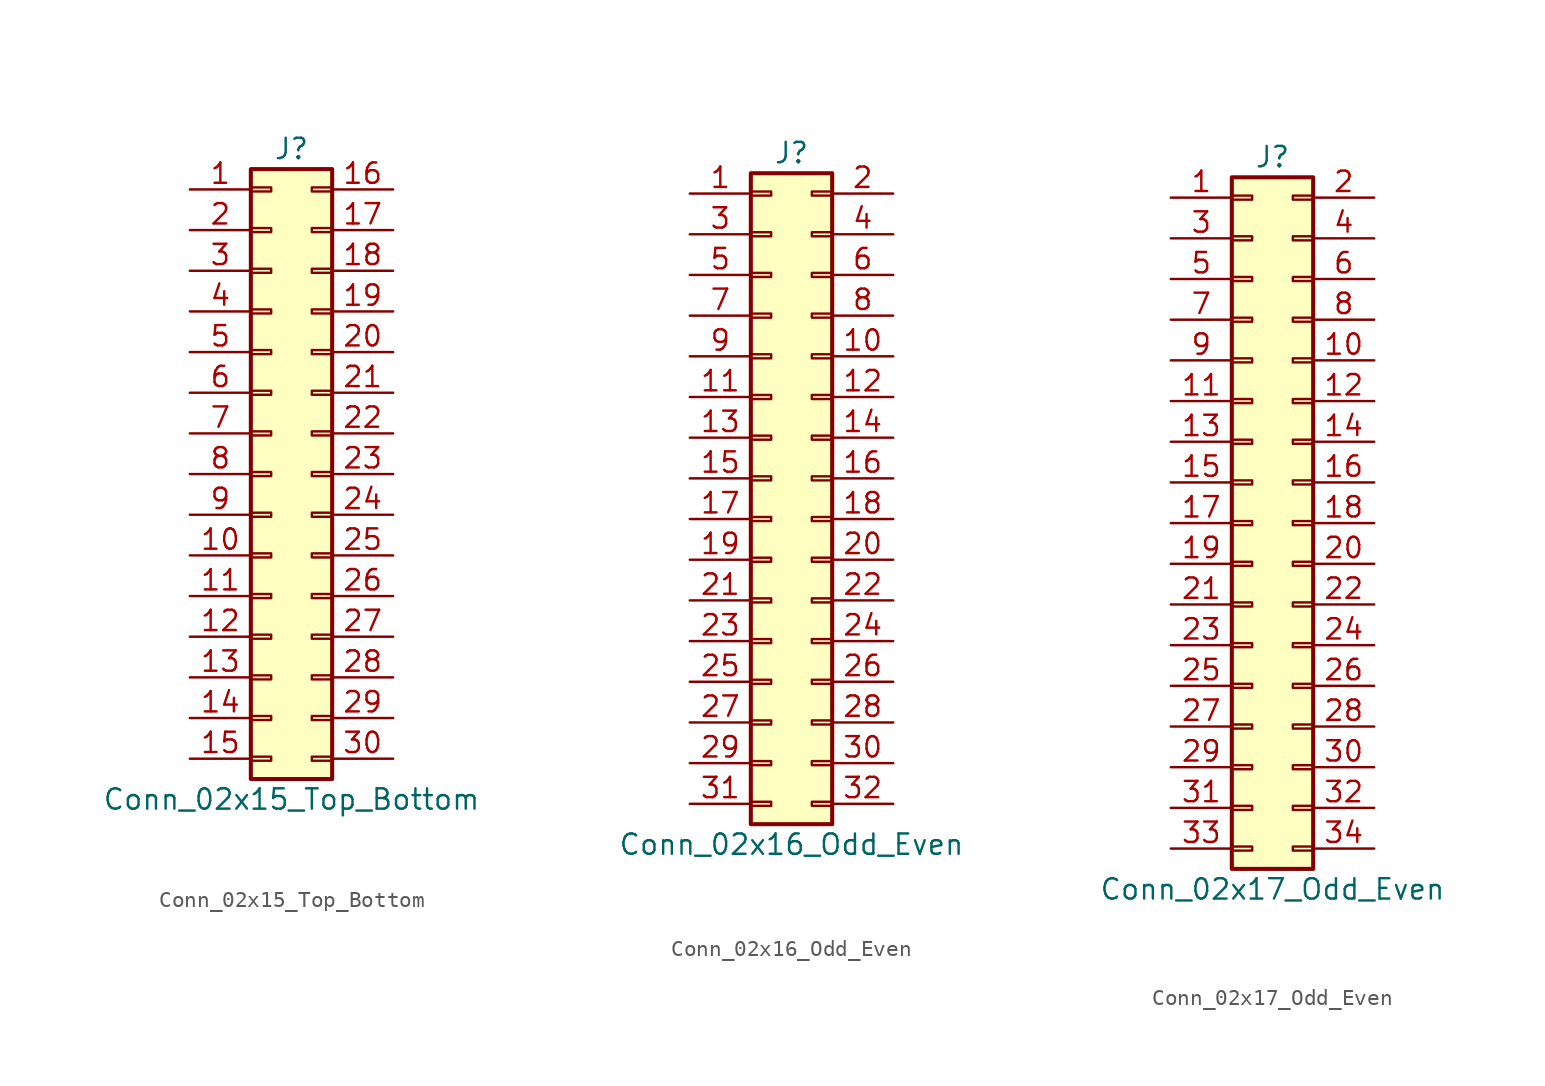
<source format=kicad_sym>
(kicad_symbol_lib
  (version 20201005)
  (generator kicad_symbol_editor)
  (symbol "Conn_02x15_Top_Bottom"
    (pin_names
      (offset 1.016) hide)
    (property "Reference" "J"
      (at 1.27 20.32 0)
      (effects (font (size 1.27 1.27))))
    (property "Value" "Conn_02x15_Top_Bottom"
      (at 1.27 -20.32 0)
      (effects (font (size 1.27 1.27))))
    (symbol "Conn_02x15_Top_Bottom_1_1"
      (rectangle (start -1.27 -17.653) (end 0 -17.907) (stroke (width 0.152)) (fill (type none)))
      (rectangle (start -1.27 -15.113) (end 0 -15.367) (stroke (width 0.152)) (fill (type none)))
      (rectangle (start -1.27 -12.573) (end 0 -12.827) (stroke (width 0.152)) (fill (type none)))
      (rectangle (start -1.27 -10.033) (end 0 -10.287) (stroke (width 0.152)) (fill (type none)))
      (rectangle (start -1.27 -7.493) (end 0 -7.747) (stroke (width 0.152)) (fill (type none)))
      (rectangle (start -1.27 -4.953) (end 0 -5.207) (stroke (width 0.152)) (fill (type none)))
      (rectangle (start -1.27 -2.413) (end 0 -2.667) (stroke (width 0.152)) (fill (type none)))
      (rectangle (start -1.27 0.127) (end 0 -0.127) (stroke (width 0.152)) (fill (type none)))
      (rectangle (start -1.27 2.667) (end 0 2.413) (stroke (width 0.152)) (fill (type none)))
      (rectangle (start -1.27 5.207) (end 0 4.953) (stroke (width 0.152)) (fill (type none)))
      (rectangle (start -1.27 7.747) (end 0 7.493) (stroke (width 0.152)) (fill (type none)))
      (rectangle (start -1.27 10.287) (end 0 10.033) (stroke (width 0.152)) (fill (type none)))
      (rectangle (start -1.27 12.827) (end 0 12.573) (stroke (width 0.152)) (fill (type none)))
      (rectangle (start -1.27 15.367) (end 0 15.113) (stroke (width 0.152)) (fill (type none)))
      (rectangle (start -1.27 17.907) (end 0 17.653) (stroke (width 0.152)) (fill (type none)))
      (rectangle (start -1.27 19.05) (end 3.81 -19.05) (stroke (width 0.254)) (fill (type background)))
      (rectangle (start 3.81 -17.653) (end 2.54 -17.907) (stroke (width 0.152)) (fill (type none)))
      (rectangle (start 3.81 -15.113) (end 2.54 -15.367) (stroke (width 0.152)) (fill (type none)))
      (rectangle (start 3.81 -12.573) (end 2.54 -12.827) (stroke (width 0.152)) (fill (type none)))
      (rectangle (start 3.81 -10.033) (end 2.54 -10.287) (stroke (width 0.152)) (fill (type none)))
      (rectangle (start 3.81 -7.493) (end 2.54 -7.747) (stroke (width 0.152)) (fill (type none)))
      (rectangle (start 3.81 -4.953) (end 2.54 -5.207) (stroke (width 0.152)) (fill (type none)))
      (rectangle (start 3.81 -2.413) (end 2.54 -2.667) (stroke (width 0.152)) (fill (type none)))
      (rectangle (start 3.81 0.127) (end 2.54 -0.127) (stroke (width 0.152)) (fill (type none)))
      (rectangle (start 3.81 2.667) (end 2.54 2.413) (stroke (width 0.152)) (fill (type none)))
      (rectangle (start 3.81 5.207) (end 2.54 4.953) (stroke (width 0.152)) (fill (type none)))
      (rectangle (start 3.81 7.747) (end 2.54 7.493) (stroke (width 0.152)) (fill (type none)))
      (rectangle (start 3.81 10.287) (end 2.54 10.033) (stroke (width 0.152)) (fill (type none)))
      (rectangle (start 3.81 12.827) (end 2.54 12.573) (stroke (width 0.152)) (fill (type none)))
      (rectangle (start 3.81 15.367) (end 2.54 15.113) (stroke (width 0.152)) (fill (type none)))
      (rectangle (start 3.81 17.907) (end 2.54 17.653) (stroke (width 0.152)) (fill (type none)))
      (pin passive line (at -5.08 17.78 0) (length 3.81) (name "Pin_1" (effects (font (size 1.27 1.27)))) (number "1" (effects (font (size 1.27 1.27)))))
      (pin passive line (at -5.08 -5.08 0) (length 3.81) (name "Pin_10" (effects (font (size 1.27 1.27)))) (number "10" (effects (font (size 1.27 1.27)))))
      (pin passive line (at -5.08 -7.62 0) (length 3.81) (name "Pin_11" (effects (font (size 1.27 1.27)))) (number "11" (effects (font (size 1.27 1.27)))))
      (pin passive line (at -5.08 -10.16 0) (length 3.81) (name "Pin_12" (effects (font (size 1.27 1.27)))) (number "12" (effects (font (size 1.27 1.27)))))
      (pin passive line (at -5.08 -12.7 0) (length 3.81) (name "Pin_13" (effects (font (size 1.27 1.27)))) (number "13" (effects (font (size 1.27 1.27)))))
      (pin passive line (at -5.08 -15.24 0) (length 3.81) (name "Pin_14" (effects (font (size 1.27 1.27)))) (number "14" (effects (font (size 1.27 1.27)))))
      (pin passive line (at -5.08 -17.78 0) (length 3.81) (name "Pin_15" (effects (font (size 1.27 1.27)))) (number "15" (effects (font (size 1.27 1.27)))))
      (pin passive line (at 7.62 17.78 180) (length 3.81) (name "Pin_16" (effects (font (size 1.27 1.27)))) (number "16" (effects (font (size 1.27 1.27)))))
      (pin passive line (at 7.62 15.24 180) (length 3.81) (name "Pin_17" (effects (font (size 1.27 1.27)))) (number "17" (effects (font (size 1.27 1.27)))))
      (pin passive line (at 7.62 12.7 180) (length 3.81) (name "Pin_18" (effects (font (size 1.27 1.27)))) (number "18" (effects (font (size 1.27 1.27)))))
      (pin passive line (at 7.62 10.16 180) (length 3.81) (name "Pin_19" (effects (font (size 1.27 1.27)))) (number "19" (effects (font (size 1.27 1.27)))))
      (pin passive line (at -5.08 15.24 0) (length 3.81) (name "Pin_2" (effects (font (size 1.27 1.27)))) (number "2" (effects (font (size 1.27 1.27)))))
      (pin passive line (at 7.62 7.62 180) (length 3.81) (name "Pin_20" (effects (font (size 1.27 1.27)))) (number "20" (effects (font (size 1.27 1.27)))))
      (pin passive line (at 7.62 5.08 180) (length 3.81) (name "Pin_21" (effects (font (size 1.27 1.27)))) (number "21" (effects (font (size 1.27 1.27)))))
      (pin passive line (at 7.62 2.54 180) (length 3.81) (name "Pin_22" (effects (font (size 1.27 1.27)))) (number "22" (effects (font (size 1.27 1.27)))))
      (pin passive line (at 7.62 0 180) (length 3.81) (name "Pin_23" (effects (font (size 1.27 1.27)))) (number "23" (effects (font (size 1.27 1.27)))))
      (pin passive line (at 7.62 -2.54 180) (length 3.81) (name "Pin_24" (effects (font (size 1.27 1.27)))) (number "24" (effects (font (size 1.27 1.27)))))
      (pin passive line (at 7.62 -5.08 180) (length 3.81) (name "Pin_25" (effects (font (size 1.27 1.27)))) (number "25" (effects (font (size 1.27 1.27)))))
      (pin passive line (at 7.62 -7.62 180) (length 3.81) (name "Pin_26" (effects (font (size 1.27 1.27)))) (number "26" (effects (font (size 1.27 1.27)))))
      (pin passive line (at 7.62 -10.16 180) (length 3.81) (name "Pin_27" (effects (font (size 1.27 1.27)))) (number "27" (effects (font (size 1.27 1.27)))))
      (pin passive line (at 7.62 -12.7 180) (length 3.81) (name "Pin_28" (effects (font (size 1.27 1.27)))) (number "28" (effects (font (size 1.27 1.27)))))
      (pin passive line (at 7.62 -15.24 180) (length 3.81) (name "Pin_29" (effects (font (size 1.27 1.27)))) (number "29" (effects (font (size 1.27 1.27)))))
      (pin passive line (at -5.08 12.7 0) (length 3.81) (name "Pin_3" (effects (font (size 1.27 1.27)))) (number "3" (effects (font (size 1.27 1.27)))))
      (pin passive line (at 7.62 -17.78 180) (length 3.81) (name "Pin_30" (effects (font (size 1.27 1.27)))) (number "30" (effects (font (size 1.27 1.27)))))
      (pin passive line (at -5.08 10.16 0) (length 3.81) (name "Pin_4" (effects (font (size 1.27 1.27)))) (number "4" (effects (font (size 1.27 1.27)))))
      (pin passive line (at -5.08 7.62 0) (length 3.81) (name "Pin_5" (effects (font (size 1.27 1.27)))) (number "5" (effects (font (size 1.27 1.27)))))
      (pin passive line (at -5.08 5.08 0) (length 3.81) (name "Pin_6" (effects (font (size 1.27 1.27)))) (number "6" (effects (font (size 1.27 1.27)))))
      (pin passive line (at -5.08 2.54 0) (length 3.81) (name "Pin_7" (effects (font (size 1.27 1.27)))) (number "7" (effects (font (size 1.27 1.27)))))
      (pin passive line (at -5.08 0 0) (length 3.81) (name "Pin_8" (effects (font (size 1.27 1.27)))) (number "8" (effects (font (size 1.27 1.27)))))
      (pin passive line (at -5.08 -2.54 0) (length 3.81) (name "Pin_9" (effects (font (size 1.27 1.27)))) (number "9" (effects (font (size 1.27 1.27)))))))
  (symbol "Conn_02x16_Odd_Even"
    (pin_names
      (offset 1.016) hide)
    (property "Reference" "J"
      (at 1.27 20.32 0)
      (effects (font (size 1.27 1.27))))
    (property "Value" "Conn_02x16_Odd_Even"
      (at 1.27 -22.86 0)
      (effects (font (size 1.27 1.27))))
    (symbol "Conn_02x16_Odd_Even_1_1"
      (rectangle (start -1.27 -20.193) (end 0 -20.447) (stroke (width 0.152)) (fill (type none)))
      (rectangle (start -1.27 -17.653) (end 0 -17.907) (stroke (width 0.152)) (fill (type none)))
      (rectangle (start -1.27 -15.113) (end 0 -15.367) (stroke (width 0.152)) (fill (type none)))
      (rectangle (start -1.27 -12.573) (end 0 -12.827) (stroke (width 0.152)) (fill (type none)))
      (rectangle (start -1.27 -10.033) (end 0 -10.287) (stroke (width 0.152)) (fill (type none)))
      (rectangle (start -1.27 -7.493) (end 0 -7.747) (stroke (width 0.152)) (fill (type none)))
      (rectangle (start -1.27 -4.953) (end 0 -5.207) (stroke (width 0.152)) (fill (type none)))
      (rectangle (start -1.27 -2.413) (end 0 -2.667) (stroke (width 0.152)) (fill (type none)))
      (rectangle (start -1.27 0.127) (end 0 -0.127) (stroke (width 0.152)) (fill (type none)))
      (rectangle (start -1.27 2.667) (end 0 2.413) (stroke (width 0.152)) (fill (type none)))
      (rectangle (start -1.27 5.207) (end 0 4.953) (stroke (width 0.152)) (fill (type none)))
      (rectangle (start -1.27 7.747) (end 0 7.493) (stroke (width 0.152)) (fill (type none)))
      (rectangle (start -1.27 10.287) (end 0 10.033) (stroke (width 0.152)) (fill (type none)))
      (rectangle (start -1.27 12.827) (end 0 12.573) (stroke (width 0.152)) (fill (type none)))
      (rectangle (start -1.27 15.367) (end 0 15.113) (stroke (width 0.152)) (fill (type none)))
      (rectangle (start -1.27 17.907) (end 0 17.653) (stroke (width 0.152)) (fill (type none)))
      (rectangle (start -1.27 19.05) (end 3.81 -21.59) (stroke (width 0.254)) (fill (type background)))
      (rectangle (start 3.81 -20.193) (end 2.54 -20.447) (stroke (width 0.152)) (fill (type none)))
      (rectangle (start 3.81 -17.653) (end 2.54 -17.907) (stroke (width 0.152)) (fill (type none)))
      (rectangle (start 3.81 -15.113) (end 2.54 -15.367) (stroke (width 0.152)) (fill (type none)))
      (rectangle (start 3.81 -12.573) (end 2.54 -12.827) (stroke (width 0.152)) (fill (type none)))
      (rectangle (start 3.81 -10.033) (end 2.54 -10.287) (stroke (width 0.152)) (fill (type none)))
      (rectangle (start 3.81 -7.493) (end 2.54 -7.747) (stroke (width 0.152)) (fill (type none)))
      (rectangle (start 3.81 -4.953) (end 2.54 -5.207) (stroke (width 0.152)) (fill (type none)))
      (rectangle (start 3.81 -2.413) (end 2.54 -2.667) (stroke (width 0.152)) (fill (type none)))
      (rectangle (start 3.81 0.127) (end 2.54 -0.127) (stroke (width 0.152)) (fill (type none)))
      (rectangle (start 3.81 2.667) (end 2.54 2.413) (stroke (width 0.152)) (fill (type none)))
      (rectangle (start 3.81 5.207) (end 2.54 4.953) (stroke (width 0.152)) (fill (type none)))
      (rectangle (start 3.81 7.747) (end 2.54 7.493) (stroke (width 0.152)) (fill (type none)))
      (rectangle (start 3.81 10.287) (end 2.54 10.033) (stroke (width 0.152)) (fill (type none)))
      (rectangle (start 3.81 12.827) (end 2.54 12.573) (stroke (width 0.152)) (fill (type none)))
      (rectangle (start 3.81 15.367) (end 2.54 15.113) (stroke (width 0.152)) (fill (type none)))
      (rectangle (start 3.81 17.907) (end 2.54 17.653) (stroke (width 0.152)) (fill (type none)))
      (pin passive line (at -5.08 17.78 0) (length 3.81) (name "Pin_1" (effects (font (size 1.27 1.27)))) (number "1" (effects (font (size 1.27 1.27)))))
      (pin passive line (at 7.62 7.62 180) (length 3.81) (name "Pin_10" (effects (font (size 1.27 1.27)))) (number "10" (effects (font (size 1.27 1.27)))))
      (pin passive line (at -5.08 5.08 0) (length 3.81) (name "Pin_11" (effects (font (size 1.27 1.27)))) (number "11" (effects (font (size 1.27 1.27)))))
      (pin passive line (at 7.62 5.08 180) (length 3.81) (name "Pin_12" (effects (font (size 1.27 1.27)))) (number "12" (effects (font (size 1.27 1.27)))))
      (pin passive line (at -5.08 2.54 0) (length 3.81) (name "Pin_13" (effects (font (size 1.27 1.27)))) (number "13" (effects (font (size 1.27 1.27)))))
      (pin passive line (at 7.62 2.54 180) (length 3.81) (name "Pin_14" (effects (font (size 1.27 1.27)))) (number "14" (effects (font (size 1.27 1.27)))))
      (pin passive line (at -5.08 0 0) (length 3.81) (name "Pin_15" (effects (font (size 1.27 1.27)))) (number "15" (effects (font (size 1.27 1.27)))))
      (pin passive line (at 7.62 0 180) (length 3.81) (name "Pin_16" (effects (font (size 1.27 1.27)))) (number "16" (effects (font (size 1.27 1.27)))))
      (pin passive line (at -5.08 -2.54 0) (length 3.81) (name "Pin_17" (effects (font (size 1.27 1.27)))) (number "17" (effects (font (size 1.27 1.27)))))
      (pin passive line (at 7.62 -2.54 180) (length 3.81) (name "Pin_18" (effects (font (size 1.27 1.27)))) (number "18" (effects (font (size 1.27 1.27)))))
      (pin passive line (at -5.08 -5.08 0) (length 3.81) (name "Pin_19" (effects (font (size 1.27 1.27)))) (number "19" (effects (font (size 1.27 1.27)))))
      (pin passive line (at 7.62 17.78 180) (length 3.81) (name "Pin_2" (effects (font (size 1.27 1.27)))) (number "2" (effects (font (size 1.27 1.27)))))
      (pin passive line (at 7.62 -5.08 180) (length 3.81) (name "Pin_20" (effects (font (size 1.27 1.27)))) (number "20" (effects (font (size 1.27 1.27)))))
      (pin passive line (at -5.08 -7.62 0) (length 3.81) (name "Pin_21" (effects (font (size 1.27 1.27)))) (number "21" (effects (font (size 1.27 1.27)))))
      (pin passive line (at 7.62 -7.62 180) (length 3.81) (name "Pin_22" (effects (font (size 1.27 1.27)))) (number "22" (effects (font (size 1.27 1.27)))))
      (pin passive line (at -5.08 -10.16 0) (length 3.81) (name "Pin_23" (effects (font (size 1.27 1.27)))) (number "23" (effects (font (size 1.27 1.27)))))
      (pin passive line (at 7.62 -10.16 180) (length 3.81) (name "Pin_24" (effects (font (size 1.27 1.27)))) (number "24" (effects (font (size 1.27 1.27)))))
      (pin passive line (at -5.08 -12.7 0) (length 3.81) (name "Pin_25" (effects (font (size 1.27 1.27)))) (number "25" (effects (font (size 1.27 1.27)))))
      (pin passive line (at 7.62 -12.7 180) (length 3.81) (name "Pin_26" (effects (font (size 1.27 1.27)))) (number "26" (effects (font (size 1.27 1.27)))))
      (pin passive line (at -5.08 -15.24 0) (length 3.81) (name "Pin_27" (effects (font (size 1.27 1.27)))) (number "27" (effects (font (size 1.27 1.27)))))
      (pin passive line (at 7.62 -15.24 180) (length 3.81) (name "Pin_28" (effects (font (size 1.27 1.27)))) (number "28" (effects (font (size 1.27 1.27)))))
      (pin passive line (at -5.08 -17.78 0) (length 3.81) (name "Pin_29" (effects (font (size 1.27 1.27)))) (number "29" (effects (font (size 1.27 1.27)))))
      (pin passive line (at -5.08 15.24 0) (length 3.81) (name "Pin_3" (effects (font (size 1.27 1.27)))) (number "3" (effects (font (size 1.27 1.27)))))
      (pin passive line (at 7.62 -17.78 180) (length 3.81) (name "Pin_30" (effects (font (size 1.27 1.27)))) (number "30" (effects (font (size 1.27 1.27)))))
      (pin passive line (at -5.08 -20.32 0) (length 3.81) (name "Pin_31" (effects (font (size 1.27 1.27)))) (number "31" (effects (font (size 1.27 1.27)))))
      (pin passive line (at 7.62 -20.32 180) (length 3.81) (name "Pin_32" (effects (font (size 1.27 1.27)))) (number "32" (effects (font (size 1.27 1.27)))))
      (pin passive line (at 7.62 15.24 180) (length 3.81) (name "Pin_4" (effects (font (size 1.27 1.27)))) (number "4" (effects (font (size 1.27 1.27)))))
      (pin passive line (at -5.08 12.7 0) (length 3.81) (name "Pin_5" (effects (font (size 1.27 1.27)))) (number "5" (effects (font (size 1.27 1.27)))))
      (pin passive line (at 7.62 12.7 180) (length 3.81) (name "Pin_6" (effects (font (size 1.27 1.27)))) (number "6" (effects (font (size 1.27 1.27)))))
      (pin passive line (at -5.08 10.16 0) (length 3.81) (name "Pin_7" (effects (font (size 1.27 1.27)))) (number "7" (effects (font (size 1.27 1.27)))))
      (pin passive line (at 7.62 10.16 180) (length 3.81) (name "Pin_8" (effects (font (size 1.27 1.27)))) (number "8" (effects (font (size 1.27 1.27)))))
      (pin passive line (at -5.08 7.62 0) (length 3.81) (name "Pin_9" (effects (font (size 1.27 1.27)))) (number "9" (effects (font (size 1.27 1.27)))))))
  (symbol "Conn_02x17_Odd_Even"
    (pin_names
      (offset 1.016) hide)
    (property "Reference" "J"
      (at 1.27 22.86 0)
      (effects (font (size 1.27 1.27))))
    (property "Value" "Conn_02x17_Odd_Even"
      (at 1.27 -22.86 0)
      (effects (font (size 1.27 1.27))))
    (symbol "Conn_02x17_Odd_Even_1_1"
      (rectangle (start -1.27 -20.193) (end 0 -20.447) (stroke (width 0.152)) (fill (type none)))
      (rectangle (start -1.27 -17.653) (end 0 -17.907) (stroke (width 0.152)) (fill (type none)))
      (rectangle (start -1.27 -15.113) (end 0 -15.367) (stroke (width 0.152)) (fill (type none)))
      (rectangle (start -1.27 -12.573) (end 0 -12.827) (stroke (width 0.152)) (fill (type none)))
      (rectangle (start -1.27 -10.033) (end 0 -10.287) (stroke (width 0.152)) (fill (type none)))
      (rectangle (start -1.27 -7.493) (end 0 -7.747) (stroke (width 0.152)) (fill (type none)))
      (rectangle (start -1.27 -4.953) (end 0 -5.207) (stroke (width 0.152)) (fill (type none)))
      (rectangle (start -1.27 -2.413) (end 0 -2.667) (stroke (width 0.152)) (fill (type none)))
      (rectangle (start -1.27 0.127) (end 0 -0.127) (stroke (width 0.152)) (fill (type none)))
      (rectangle (start -1.27 2.667) (end 0 2.413) (stroke (width 0.152)) (fill (type none)))
      (rectangle (start -1.27 5.207) (end 0 4.953) (stroke (width 0.152)) (fill (type none)))
      (rectangle (start -1.27 7.747) (end 0 7.493) (stroke (width 0.152)) (fill (type none)))
      (rectangle (start -1.27 10.287) (end 0 10.033) (stroke (width 0.152)) (fill (type none)))
      (rectangle (start -1.27 12.827) (end 0 12.573) (stroke (width 0.152)) (fill (type none)))
      (rectangle (start -1.27 15.367) (end 0 15.113) (stroke (width 0.152)) (fill (type none)))
      (rectangle (start -1.27 17.907) (end 0 17.653) (stroke (width 0.152)) (fill (type none)))
      (rectangle (start -1.27 20.447) (end 0 20.193) (stroke (width 0.152)) (fill (type none)))
      (rectangle (start -1.27 21.59) (end 3.81 -21.59) (stroke (width 0.254)) (fill (type background)))
      (rectangle (start 3.81 -20.193) (end 2.54 -20.447) (stroke (width 0.152)) (fill (type none)))
      (rectangle (start 3.81 -17.653) (end 2.54 -17.907) (stroke (width 0.152)) (fill (type none)))
      (rectangle (start 3.81 -15.113) (end 2.54 -15.367) (stroke (width 0.152)) (fill (type none)))
      (rectangle (start 3.81 -12.573) (end 2.54 -12.827) (stroke (width 0.152)) (fill (type none)))
      (rectangle (start 3.81 -10.033) (end 2.54 -10.287) (stroke (width 0.152)) (fill (type none)))
      (rectangle (start 3.81 -7.493) (end 2.54 -7.747) (stroke (width 0.152)) (fill (type none)))
      (rectangle (start 3.81 -4.953) (end 2.54 -5.207) (stroke (width 0.152)) (fill (type none)))
      (rectangle (start 3.81 -2.413) (end 2.54 -2.667) (stroke (width 0.152)) (fill (type none)))
      (rectangle (start 3.81 0.127) (end 2.54 -0.127) (stroke (width 0.152)) (fill (type none)))
      (rectangle (start 3.81 2.667) (end 2.54 2.413) (stroke (width 0.152)) (fill (type none)))
      (rectangle (start 3.81 5.207) (end 2.54 4.953) (stroke (width 0.152)) (fill (type none)))
      (rectangle (start 3.81 7.747) (end 2.54 7.493) (stroke (width 0.152)) (fill (type none)))
      (rectangle (start 3.81 10.287) (end 2.54 10.033) (stroke (width 0.152)) (fill (type none)))
      (rectangle (start 3.81 12.827) (end 2.54 12.573) (stroke (width 0.152)) (fill (type none)))
      (rectangle (start 3.81 15.367) (end 2.54 15.113) (stroke (width 0.152)) (fill (type none)))
      (rectangle (start 3.81 17.907) (end 2.54 17.653) (stroke (width 0.152)) (fill (type none)))
      (rectangle (start 3.81 20.447) (end 2.54 20.193) (stroke (width 0.152)) (fill (type none)))
      (pin passive line (at -5.08 20.32 0) (length 3.81) (name "Pin_1" (effects (font (size 1.27 1.27)))) (number "1" (effects (font (size 1.27 1.27)))))
      (pin passive line (at 7.62 10.16 180) (length 3.81) (name "Pin_10" (effects (font (size 1.27 1.27)))) (number "10" (effects (font (size 1.27 1.27)))))
      (pin passive line (at -5.08 7.62 0) (length 3.81) (name "Pin_11" (effects (font (size 1.27 1.27)))) (number "11" (effects (font (size 1.27 1.27)))))
      (pin passive line (at 7.62 7.62 180) (length 3.81) (name "Pin_12" (effects (font (size 1.27 1.27)))) (number "12" (effects (font (size 1.27 1.27)))))
      (pin passive line (at -5.08 5.08 0) (length 3.81) (name "Pin_13" (effects (font (size 1.27 1.27)))) (number "13" (effects (font (size 1.27 1.27)))))
      (pin passive line (at 7.62 5.08 180) (length 3.81) (name "Pin_14" (effects (font (size 1.27 1.27)))) (number "14" (effects (font (size 1.27 1.27)))))
      (pin passive line (at -5.08 2.54 0) (length 3.81) (name "Pin_15" (effects (font (size 1.27 1.27)))) (number "15" (effects (font (size 1.27 1.27)))))
      (pin passive line (at 7.62 2.54 180) (length 3.81) (name "Pin_16" (effects (font (size 1.27 1.27)))) (number "16" (effects (font (size 1.27 1.27)))))
      (pin passive line (at -5.08 0 0) (length 3.81) (name "Pin_17" (effects (font (size 1.27 1.27)))) (number "17" (effects (font (size 1.27 1.27)))))
      (pin passive line (at 7.62 0 180) (length 3.81) (name "Pin_18" (effects (font (size 1.27 1.27)))) (number "18" (effects (font (size 1.27 1.27)))))
      (pin passive line (at -5.08 -2.54 0) (length 3.81) (name "Pin_19" (effects (font (size 1.27 1.27)))) (number "19" (effects (font (size 1.27 1.27)))))
      (pin passive line (at 7.62 20.32 180) (length 3.81) (name "Pin_2" (effects (font (size 1.27 1.27)))) (number "2" (effects (font (size 1.27 1.27)))))
      (pin passive line (at 7.62 -2.54 180) (length 3.81) (name "Pin_20" (effects (font (size 1.27 1.27)))) (number "20" (effects (font (size 1.27 1.27)))))
      (pin passive line (at -5.08 -5.08 0) (length 3.81) (name "Pin_21" (effects (font (size 1.27 1.27)))) (number "21" (effects (font (size 1.27 1.27)))))
      (pin passive line (at 7.62 -5.08 180) (length 3.81) (name "Pin_22" (effects (font (size 1.27 1.27)))) (number "22" (effects (font (size 1.27 1.27)))))
      (pin passive line (at -5.08 -7.62 0) (length 3.81) (name "Pin_23" (effects (font (size 1.27 1.27)))) (number "23" (effects (font (size 1.27 1.27)))))
      (pin passive line (at 7.62 -7.62 180) (length 3.81) (name "Pin_24" (effects (font (size 1.27 1.27)))) (number "24" (effects (font (size 1.27 1.27)))))
      (pin passive line (at -5.08 -10.16 0) (length 3.81) (name "Pin_25" (effects (font (size 1.27 1.27)))) (number "25" (effects (font (size 1.27 1.27)))))
      (pin passive line (at 7.62 -10.16 180) (length 3.81) (name "Pin_26" (effects (font (size 1.27 1.27)))) (number "26" (effects (font (size 1.27 1.27)))))
      (pin passive line (at -5.08 -12.7 0) (length 3.81) (name "Pin_27" (effects (font (size 1.27 1.27)))) (number "27" (effects (font (size 1.27 1.27)))))
      (pin passive line (at 7.62 -12.7 180) (length 3.81) (name "Pin_28" (effects (font (size 1.27 1.27)))) (number "28" (effects (font (size 1.27 1.27)))))
      (pin passive line (at -5.08 -15.24 0) (length 3.81) (name "Pin_29" (effects (font (size 1.27 1.27)))) (number "29" (effects (font (size 1.27 1.27)))))
      (pin passive line (at -5.08 17.78 0) (length 3.81) (name "Pin_3" (effects (font (size 1.27 1.27)))) (number "3" (effects (font (size 1.27 1.27)))))
      (pin passive line (at 7.62 -15.24 180) (length 3.81) (name "Pin_30" (effects (font (size 1.27 1.27)))) (number "30" (effects (font (size 1.27 1.27)))))
      (pin passive line (at -5.08 -17.78 0) (length 3.81) (name "Pin_31" (effects (font (size 1.27 1.27)))) (number "31" (effects (font (size 1.27 1.27)))))
      (pin passive line (at 7.62 -17.78 180) (length 3.81) (name "Pin_32" (effects (font (size 1.27 1.27)))) (number "32" (effects (font (size 1.27 1.27)))))
      (pin passive line (at -5.08 -20.32 0) (length 3.81) (name "Pin_33" (effects (font (size 1.27 1.27)))) (number "33" (effects (font (size 1.27 1.27)))))
      (pin passive line (at 7.62 -20.32 180) (length 3.81) (name "Pin_34" (effects (font (size 1.27 1.27)))) (number "34" (effects (font (size 1.27 1.27)))))
      (pin passive line (at 7.62 17.78 180) (length 3.81) (name "Pin_4" (effects (font (size 1.27 1.27)))) (number "4" (effects (font (size 1.27 1.27)))))
      (pin passive line (at -5.08 15.24 0) (length 3.81) (name "Pin_5" (effects (font (size 1.27 1.27)))) (number "5" (effects (font (size 1.27 1.27)))))
      (pin passive line (at 7.62 15.24 180) (length 3.81) (name "Pin_6" (effects (font (size 1.27 1.27)))) (number "6" (effects (font (size 1.27 1.27)))))
      (pin passive line (at -5.08 12.7 0) (length 3.81) (name "Pin_7" (effects (font (size 1.27 1.27)))) (number "7" (effects (font (size 1.27 1.27)))))
      (pin passive line (at 7.62 12.7 180) (length 3.81) (name "Pin_8" (effects (font (size 1.27 1.27)))) (number "8" (effects (font (size 1.27 1.27)))))
      (pin passive line (at -5.08 10.16 0) (length 3.81) (name "Pin_9" (effects (font (size 1.27 1.27)))) (number "9" (effects (font (size 1.27 1.27))))))))
</source>
